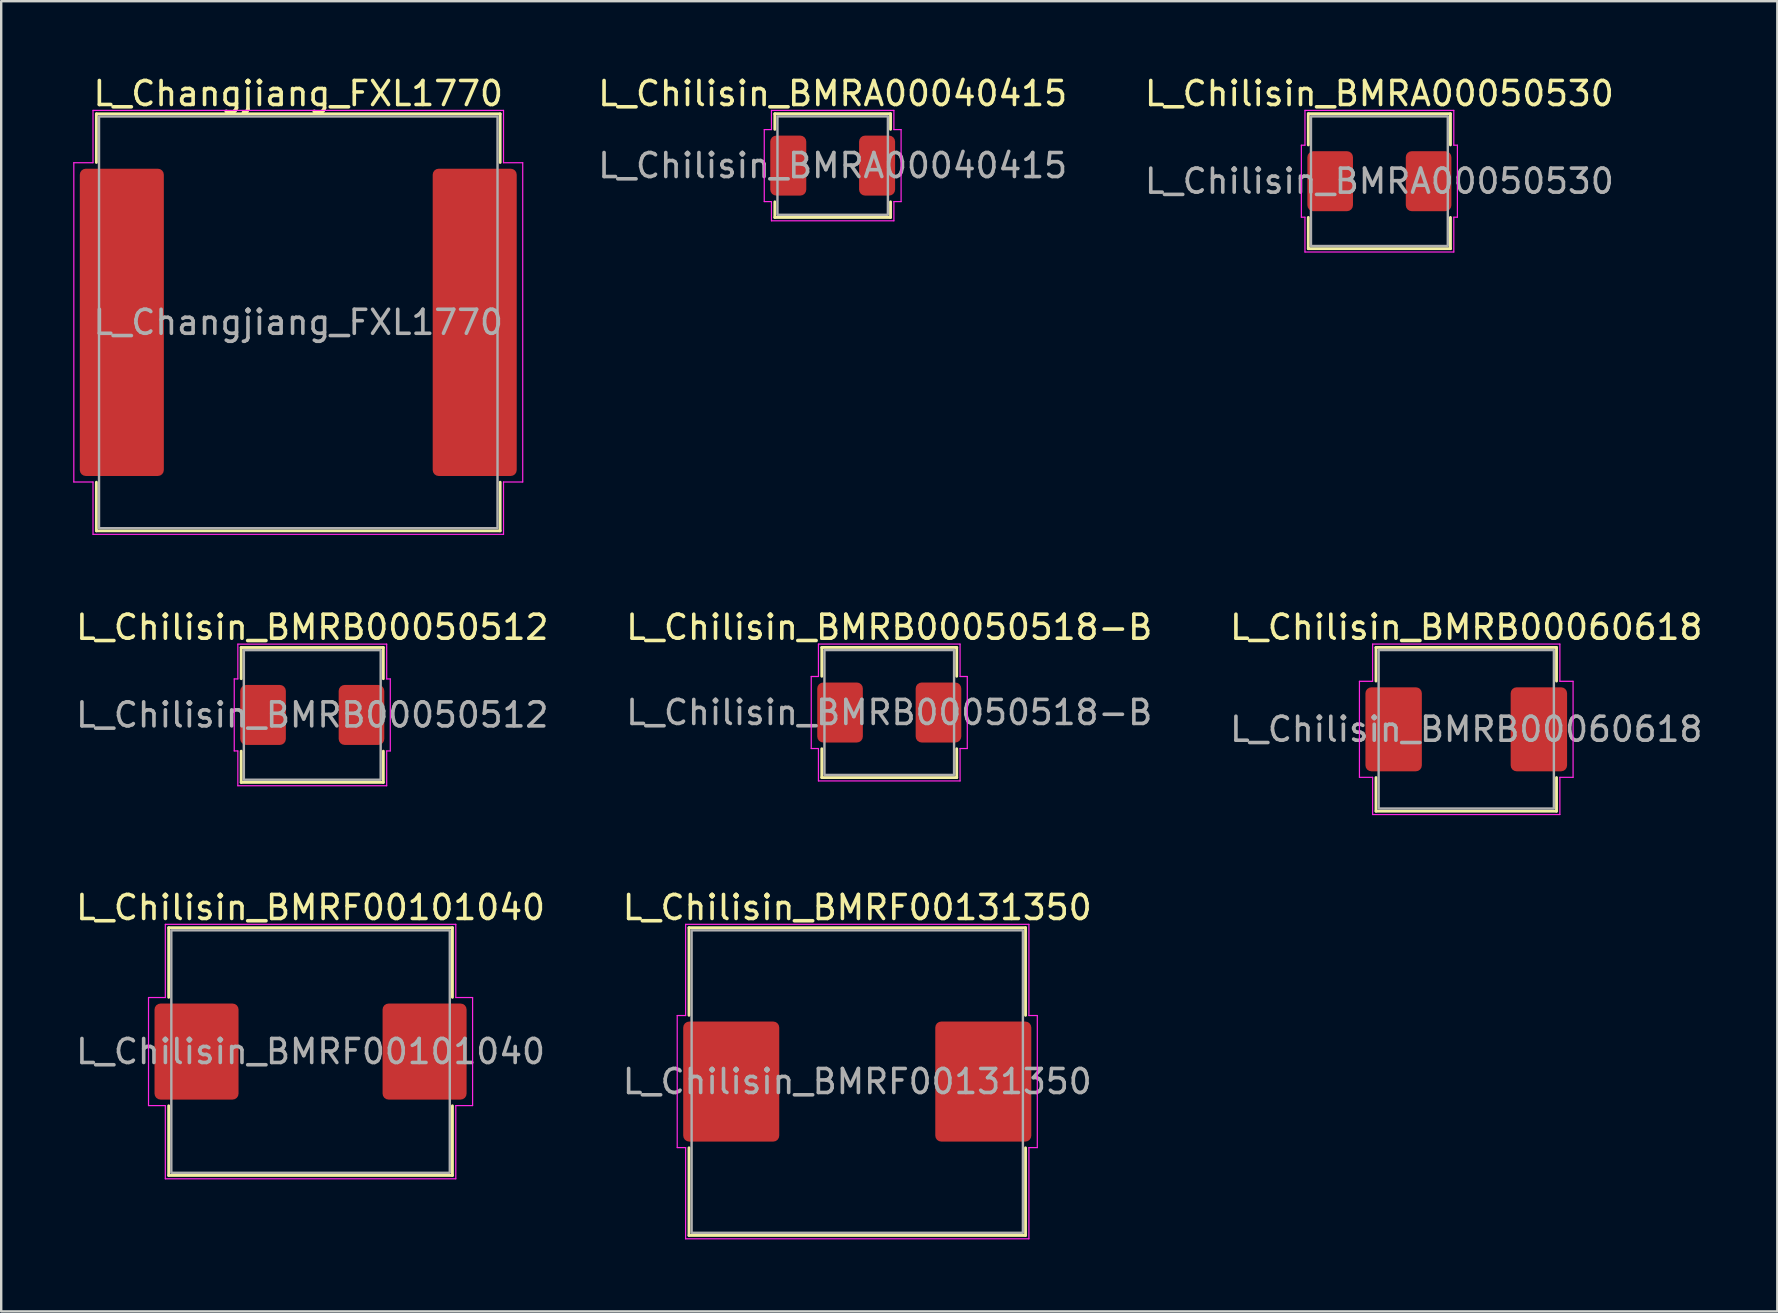
<source format=kicad_pcb>
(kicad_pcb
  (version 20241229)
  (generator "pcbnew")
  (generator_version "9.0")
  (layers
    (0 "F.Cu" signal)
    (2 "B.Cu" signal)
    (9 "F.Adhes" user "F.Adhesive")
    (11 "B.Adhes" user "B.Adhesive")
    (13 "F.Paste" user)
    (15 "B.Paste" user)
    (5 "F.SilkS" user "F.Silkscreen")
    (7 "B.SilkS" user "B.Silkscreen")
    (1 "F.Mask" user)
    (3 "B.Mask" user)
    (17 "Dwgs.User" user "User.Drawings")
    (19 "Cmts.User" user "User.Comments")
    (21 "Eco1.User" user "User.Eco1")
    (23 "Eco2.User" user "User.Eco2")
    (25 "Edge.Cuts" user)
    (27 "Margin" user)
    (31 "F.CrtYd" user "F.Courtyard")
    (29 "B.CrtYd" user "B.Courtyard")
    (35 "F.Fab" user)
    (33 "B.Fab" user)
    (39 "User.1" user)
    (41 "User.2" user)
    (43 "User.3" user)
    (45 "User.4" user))
  (footprint "L_Chilisin_BMRB00060618"
    (layer "F.Cu")
    (at 58.03 27.331)
    (property "Reference" "L_Chilisin_BMRB00060618" (at 0 -4.25 0) (layer "F.SilkS") (effects (font (size 1 1) (thickness 0.15))))
    (attr smd)
    (fp_line (start -3.76 -3.41) (end 3.76 -3.41) (stroke (width 0.12) (type solid)) (layer "F.SilkS"))
    (fp_line (start -3.76 -2.01) (end -3.76 -3.41) (stroke (width 0.12) (type solid)) (layer "F.SilkS"))
    (fp_line (start -3.76 3.41) (end -3.76 2.01) (stroke (width 0.12) (type solid)) (layer "F.SilkS"))
    (fp_line (start 3.76 -3.41) (end 3.76 -2.01) (stroke (width 0.12) (type solid)) (layer "F.SilkS"))
    (fp_line (start 3.76 2.01) (end 3.76 3.41) (stroke (width 0.12) (type solid)) (layer "F.SilkS"))
    (fp_line (start 3.76 3.41) (end -3.76 3.41) (stroke (width 0.12) (type solid)) (layer "F.SilkS"))
    (fp_line (start -4.45 -2) (end -3.9 -2) (stroke (width 0.05) (type solid)) (layer "F.CrtYd"))
    (fp_line (start -4.45 2) (end -4.45 -2) (stroke (width 0.05) (type solid)) (layer "F.CrtYd"))
    (fp_line (start -3.9 -3.55) (end 3.9 -3.55) (stroke (width 0.05) (type solid)) (layer "F.CrtYd"))
    (fp_line (start -3.9 -2) (end -3.9 -3.55) (stroke (width 0.05) (type solid)) (layer "F.CrtYd"))
    (fp_line (start -3.9 2) (end -4.45 2) (stroke (width 0.05) (type solid)) (layer "F.CrtYd"))
    (fp_line (start -3.9 3.55) (end -3.9 2) (stroke (width 0.05) (type solid)) (layer "F.CrtYd"))
    (fp_line (start 3.9 -3.55) (end 3.9 -2) (stroke (width 0.05) (type solid)) (layer "F.CrtYd"))
    (fp_line (start 3.9 -2) (end 4.45 -2) (stroke (width 0.05) (type solid)) (layer "F.CrtYd"))
    (fp_line (start 3.9 2) (end 3.9 3.55) (stroke (width 0.05) (type solid)) (layer "F.CrtYd"))
    (fp_line (start 3.9 3.55) (end -3.9 3.55) (stroke (width 0.05) (type solid)) (layer "F.CrtYd"))
    (fp_line (start 4.45 -2) (end 4.45 2) (stroke (width 0.05) (type solid)) (layer "F.CrtYd"))
    (fp_line (start 4.45 2) (end 3.9 2) (stroke (width 0.05) (type solid)) (layer "F.CrtYd"))
    (fp_rect (start -3.65 -3.3) (end 3.65 3.3) (stroke (width 0.1) (type solid)) (fill no) (layer "F.Fab"))
    (fp_text user "${REFERENCE}" (at 0 0 0) (layer "F.Fab") (effects (font (size 1 1) (thickness 0.15))))
    (pad "1" smd roundrect (at -3.025 0) (size 2.35 3.5) (layers "F.Cu" "F.Mask" "F.Paste") (roundrect_rratio 0.106))
    (pad "2" smd roundrect (at 3.025 0) (size 2.35 3.5) (layers "F.Cu" "F.Mask" "F.Paste") (roundrect_rratio 0.106)))
  (footprint "L_Chilisin_BMRF00101040"
    (layer "F.Cu")
    (at 9.887 40.755)
    (property "Reference" "L_Chilisin_BMRF00101040" (at 0 -6 0) (layer "F.SilkS") (effects (font (size 1 1) (thickness 0.15))))
    (attr smd)
    (fp_line (start -5.91 -5.16) (end 5.91 -5.16) (stroke (width 0.12) (type solid)) (layer "F.SilkS"))
    (fp_line (start -5.91 -2.26) (end -5.91 -5.16) (stroke (width 0.12) (type solid)) (layer "F.SilkS"))
    (fp_line (start -5.91 5.16) (end -5.91 2.26) (stroke (width 0.12) (type solid)) (layer "F.SilkS"))
    (fp_line (start 5.91 -5.16) (end 5.91 -2.26) (stroke (width 0.12) (type solid)) (layer "F.SilkS"))
    (fp_line (start 5.91 2.26) (end 5.91 5.16) (stroke (width 0.12) (type solid)) (layer "F.SilkS"))
    (fp_line (start 5.91 5.16) (end -5.91 5.16) (stroke (width 0.12) (type solid)) (layer "F.SilkS"))
    (fp_line (start -6.75 -2.25) (end -6.05 -2.25) (stroke (width 0.05) (type solid)) (layer "F.CrtYd"))
    (fp_line (start -6.75 2.25) (end -6.75 -2.25) (stroke (width 0.05) (type solid)) (layer "F.CrtYd"))
    (fp_line (start -6.05 -5.3) (end 6.05 -5.3) (stroke (width 0.05) (type solid)) (layer "F.CrtYd"))
    (fp_line (start -6.05 -2.25) (end -6.05 -5.3) (stroke (width 0.05) (type solid)) (layer "F.CrtYd"))
    (fp_line (start -6.05 2.25) (end -6.75 2.25) (stroke (width 0.05) (type solid)) (layer "F.CrtYd"))
    (fp_line (start -6.05 5.3) (end -6.05 2.25) (stroke (width 0.05) (type solid)) (layer "F.CrtYd"))
    (fp_line (start 6.05 -5.3) (end 6.05 -2.25) (stroke (width 0.05) (type solid)) (layer "F.CrtYd"))
    (fp_line (start 6.05 -2.25) (end 6.75 -2.25) (stroke (width 0.05) (type solid)) (layer "F.CrtYd"))
    (fp_line (start 6.05 2.25) (end 6.05 5.3) (stroke (width 0.05) (type solid)) (layer "F.CrtYd"))
    (fp_line (start 6.05 5.3) (end -6.05 5.3) (stroke (width 0.05) (type solid)) (layer "F.CrtYd"))
    (fp_line (start 6.75 -2.25) (end 6.75 2.25) (stroke (width 0.05) (type solid)) (layer "F.CrtYd"))
    (fp_line (start 6.75 2.25) (end 6.05 2.25) (stroke (width 0.05) (type solid)) (layer "F.CrtYd"))
    (fp_rect (start -5.8 -5.05) (end 5.8 5.05) (stroke (width 0.1) (type solid)) (fill no) (layer "F.Fab"))
    (fp_text user "${REFERENCE}" (at 0 0 0) (layer "F.Fab") (effects (font (size 1 1) (thickness 0.15))))
    (pad "1" smd roundrect (at -4.75 0) (size 3.5 4) (layers "F.Cu" "F.Mask" "F.Paste") (roundrect_rratio 0.071))
    (pad "2" smd roundrect (at 4.75 0) (size 3.5 4) (layers "F.Cu" "F.Mask" "F.Paste") (roundrect_rratio 0.071)))
  (footprint "L_Chilisin_BMRA00040415"
    (layer "F.Cu")
    (at 31.637 3.848)
    (property "Reference" "L_Chilisin_BMRA00040415" (at 0 -3 0) (layer "F.SilkS") (effects (font (size 1 1) (thickness 0.15))))
    (attr smd)
    (fp_line (start -2.41 -2.16) (end 2.41 -2.16) (stroke (width 0.12) (type solid)) (layer "F.SilkS"))
    (fp_line (start -2.41 -1.51) (end -2.41 -2.16) (stroke (width 0.12) (type solid)) (layer "F.SilkS"))
    (fp_line (start -2.41 2.16) (end -2.41 1.51) (stroke (width 0.12) (type solid)) (layer "F.SilkS"))
    (fp_line (start 2.41 -2.16) (end 2.41 -1.51) (stroke (width 0.12) (type solid)) (layer "F.SilkS"))
    (fp_line (start 2.41 1.51) (end 2.41 2.16) (stroke (width 0.12) (type solid)) (layer "F.SilkS"))
    (fp_line (start 2.41 2.16) (end -2.41 2.16) (stroke (width 0.12) (type solid)) (layer "F.SilkS"))
    (fp_line (start -2.85 -1.5) (end -2.55 -1.5) (stroke (width 0.05) (type solid)) (layer "F.CrtYd"))
    (fp_line (start -2.85 1.5) (end -2.85 -1.5) (stroke (width 0.05) (type solid)) (layer "F.CrtYd"))
    (fp_line (start -2.55 -2.3) (end 2.55 -2.3) (stroke (width 0.05) (type solid)) (layer "F.CrtYd"))
    (fp_line (start -2.55 -1.5) (end -2.55 -2.3) (stroke (width 0.05) (type solid)) (layer "F.CrtYd"))
    (fp_line (start -2.55 1.5) (end -2.85 1.5) (stroke (width 0.05) (type solid)) (layer "F.CrtYd"))
    (fp_line (start -2.55 2.3) (end -2.55 1.5) (stroke (width 0.05) (type solid)) (layer "F.CrtYd"))
    (fp_line (start 2.55 -2.3) (end 2.55 -1.5) (stroke (width 0.05) (type solid)) (layer "F.CrtYd"))
    (fp_line (start 2.55 -1.5) (end 2.85 -1.5) (stroke (width 0.05) (type solid)) (layer "F.CrtYd"))
    (fp_line (start 2.55 1.5) (end 2.55 2.3) (stroke (width 0.05) (type solid)) (layer "F.CrtYd"))
    (fp_line (start 2.55 2.3) (end -2.55 2.3) (stroke (width 0.05) (type solid)) (layer "F.CrtYd"))
    (fp_line (start 2.85 -1.5) (end 2.85 1.5) (stroke (width 0.05) (type solid)) (layer "F.CrtYd"))
    (fp_line (start 2.85 1.5) (end 2.55 1.5) (stroke (width 0.05) (type solid)) (layer "F.CrtYd"))
    (fp_rect (start -2.3 -2.05) (end 2.3 2.05) (stroke (width 0.1) (type solid)) (fill no) (layer "F.Fab"))
    (fp_text user "${REFERENCE}" (at 0 0 0) (layer "F.Fab") (effects (font (size 1 1) (thickness 0.15))))
    (pad "1" smd roundrect (at -1.85 0) (size 1.5 2.5) (layers "F.Cu" "F.Mask" "F.Paste") (roundrect_rratio 0.167))
    (pad "2" smd roundrect (at 1.85 0) (size 1.5 2.5) (layers "F.Cu" "F.Mask" "F.Paste") (roundrect_rratio 0.167)))
  (footprint "L_Chilisin_BMRB00050518-B"
    (layer "F.Cu")
    (at 33.994 26.631)
    (property "Reference" "L_Chilisin_BMRB00050518-B" (at 0 -3.55 0) (layer "F.SilkS") (effects (font (size 1 1) (thickness 0.15))))
    (attr smd)
    (fp_line (start -2.81 -2.71) (end 2.81 -2.71) (stroke (width 0.12) (type solid)) (layer "F.SilkS"))
    (fp_line (start -2.81 -1.51) (end -2.81 -2.71) (stroke (width 0.12) (type solid)) (layer "F.SilkS"))
    (fp_line (start -2.81 2.71) (end -2.81 1.51) (stroke (width 0.12) (type solid)) (layer "F.SilkS"))
    (fp_line (start 2.81 -2.71) (end 2.81 -1.51) (stroke (width 0.12) (type solid)) (layer "F.SilkS"))
    (fp_line (start 2.81 1.51) (end 2.81 2.71) (stroke (width 0.12) (type solid)) (layer "F.SilkS"))
    (fp_line (start 2.81 2.71) (end -2.81 2.71) (stroke (width 0.12) (type solid)) (layer "F.SilkS"))
    (fp_line (start -3.25 -1.5) (end -2.95 -1.5) (stroke (width 0.05) (type solid)) (layer "F.CrtYd"))
    (fp_line (start -3.25 1.5) (end -3.25 -1.5) (stroke (width 0.05) (type solid)) (layer "F.CrtYd"))
    (fp_line (start -2.95 -2.85) (end 2.95 -2.85) (stroke (width 0.05) (type solid)) (layer "F.CrtYd"))
    (fp_line (start -2.95 -1.5) (end -2.95 -2.85) (stroke (width 0.05) (type solid)) (layer "F.CrtYd"))
    (fp_line (start -2.95 1.5) (end -3.25 1.5) (stroke (width 0.05) (type solid)) (layer "F.CrtYd"))
    (fp_line (start -2.95 2.85) (end -2.95 1.5) (stroke (width 0.05) (type solid)) (layer "F.CrtYd"))
    (fp_line (start 2.95 -2.85) (end 2.95 -1.5) (stroke (width 0.05) (type solid)) (layer "F.CrtYd"))
    (fp_line (start 2.95 -1.5) (end 3.25 -1.5) (stroke (width 0.05) (type solid)) (layer "F.CrtYd"))
    (fp_line (start 2.95 1.5) (end 2.95 2.85) (stroke (width 0.05) (type solid)) (layer "F.CrtYd"))
    (fp_line (start 2.95 2.85) (end -2.95 2.85) (stroke (width 0.05) (type solid)) (layer "F.CrtYd"))
    (fp_line (start 3.25 -1.5) (end 3.25 1.5) (stroke (width 0.05) (type solid)) (layer "F.CrtYd"))
    (fp_line (start 3.25 1.5) (end 2.95 1.5) (stroke (width 0.05) (type solid)) (layer "F.CrtYd"))
    (fp_rect (start -2.7 -2.6) (end 2.7 2.6) (stroke (width 0.1) (type solid)) (fill no) (layer "F.Fab"))
    (fp_text user "${REFERENCE}" (at 0 0 0) (layer "F.Fab") (effects (font (size 1 1) (thickness 0.15))))
    (pad "1" smd roundrect (at -2.05 0) (size 1.9 2.5) (layers "F.Cu" "F.Mask" "F.Paste") (roundrect_rratio 0.132))
    (pad "2" smd roundrect (at 2.05 0) (size 1.9 2.5) (layers "F.Cu" "F.Mask" "F.Paste") (roundrect_rratio 0.132)))
  (footprint "L_Chilisin_BMRF00131350"
    (layer "F.Cu")
    (at 32.661 42.005)
    (property "Reference" "L_Chilisin_BMRF00131350" (at 0 -7.25 0) (layer "F.SilkS") (effects (font (size 1 1) (thickness 0.15))))
    (attr smd)
    (fp_line (start -7.01 -6.41) (end 7.01 -6.41) (stroke (width 0.12) (type solid)) (layer "F.SilkS"))
    (fp_line (start -7.01 -2.76) (end -7.01 -6.41) (stroke (width 0.12) (type solid)) (layer "F.SilkS"))
    (fp_line (start -7.01 6.41) (end -7.01 2.76) (stroke (width 0.12) (type solid)) (layer "F.SilkS"))
    (fp_line (start 7.01 -6.41) (end 7.01 -2.76) (stroke (width 0.12) (type solid)) (layer "F.SilkS"))
    (fp_line (start 7.01 2.76) (end 7.01 6.41) (stroke (width 0.12) (type solid)) (layer "F.SilkS"))
    (fp_line (start 7.01 6.41) (end -7.01 6.41) (stroke (width 0.12) (type solid)) (layer "F.SilkS"))
    (fp_line (start -7.5 -2.75) (end -7.15 -2.75) (stroke (width 0.05) (type solid)) (layer "F.CrtYd"))
    (fp_line (start -7.5 2.75) (end -7.5 -2.75) (stroke (width 0.05) (type solid)) (layer "F.CrtYd"))
    (fp_line (start -7.15 -6.55) (end 7.15 -6.55) (stroke (width 0.05) (type solid)) (layer "F.CrtYd"))
    (fp_line (start -7.15 -2.75) (end -7.15 -6.55) (stroke (width 0.05) (type solid)) (layer "F.CrtYd"))
    (fp_line (start -7.15 2.75) (end -7.5 2.75) (stroke (width 0.05) (type solid)) (layer "F.CrtYd"))
    (fp_line (start -7.15 6.55) (end -7.15 2.75) (stroke (width 0.05) (type solid)) (layer "F.CrtYd"))
    (fp_line (start 7.15 -6.55) (end 7.15 -2.75) (stroke (width 0.05) (type solid)) (layer "F.CrtYd"))
    (fp_line (start 7.15 -2.75) (end 7.5 -2.75) (stroke (width 0.05) (type solid)) (layer "F.CrtYd"))
    (fp_line (start 7.15 2.75) (end 7.15 6.55) (stroke (width 0.05) (type solid)) (layer "F.CrtYd"))
    (fp_line (start 7.15 6.55) (end -7.15 6.55) (stroke (width 0.05) (type solid)) (layer "F.CrtYd"))
    (fp_line (start 7.5 -2.75) (end 7.5 2.75) (stroke (width 0.05) (type solid)) (layer "F.CrtYd"))
    (fp_line (start 7.5 2.75) (end 7.15 2.75) (stroke (width 0.05) (type solid)) (layer "F.CrtYd"))
    (fp_rect (start -6.9 -6.3) (end 6.9 6.3) (stroke (width 0.1) (type solid)) (fill no) (layer "F.Fab"))
    (fp_text user "${REFERENCE}" (at 0 0 0) (layer "F.Fab") (effects (font (size 1 1) (thickness 0.15))))
    (pad "1" smd roundrect (at -5.25 0) (size 4 5) (layers "F.Cu" "F.Mask" "F.Paste") (roundrect_rratio 0.062))
    (pad "2" smd roundrect (at 5.25 0) (size 4 5) (layers "F.Cu" "F.Mask" "F.Paste") (roundrect_rratio 0.062)))
  (footprint "L_Changjiang_FXL1770"
    (layer "F.Cu")
    (at 9.375 10.378)
    (property "Reference" "L_Changjiang_FXL1770" (at 0 -9.53 0) (layer "F.SilkS") (effects (font (size 1 1) (thickness 0.15))))
    (attr smd)
    (fp_line (start -8.41 -8.685) (end 8.41 -8.685) (stroke (width 0.12) (type solid)) (layer "F.SilkS"))
    (fp_line (start -8.41 -6.66) (end -8.41 -8.685) (stroke (width 0.12) (type solid)) (layer "F.SilkS"))
    (fp_line (start -8.41 8.685) (end -8.41 6.66) (stroke (width 0.12) (type solid)) (layer "F.SilkS"))
    (fp_line (start 8.41 -8.685) (end 8.41 -6.66) (stroke (width 0.12) (type solid)) (layer "F.SilkS"))
    (fp_line (start 8.41 6.66) (end 8.41 8.685) (stroke (width 0.12) (type solid)) (layer "F.SilkS"))
    (fp_line (start 8.41 8.685) (end -8.41 8.685) (stroke (width 0.12) (type solid)) (layer "F.SilkS"))
    (fp_line (start -9.35 -6.65) (end -8.55 -6.65) (stroke (width 0.05) (type solid)) (layer "F.CrtYd"))
    (fp_line (start -9.35 6.65) (end -9.35 -6.65) (stroke (width 0.05) (type solid)) (layer "F.CrtYd"))
    (fp_line (start -8.55 -8.83) (end 8.55 -8.83) (stroke (width 0.05) (type solid)) (layer "F.CrtYd"))
    (fp_line (start -8.55 -6.65) (end -8.55 -8.83) (stroke (width 0.05) (type solid)) (layer "F.CrtYd"))
    (fp_line (start -8.55 6.65) (end -9.35 6.65) (stroke (width 0.05) (type solid)) (layer "F.CrtYd"))
    (fp_line (start -8.55 8.83) (end -8.55 6.65) (stroke (width 0.05) (type solid)) (layer "F.CrtYd"))
    (fp_line (start 8.55 -8.83) (end 8.55 -6.65) (stroke (width 0.05) (type solid)) (layer "F.CrtYd"))
    (fp_line (start 8.55 -6.65) (end 9.35 -6.65) (stroke (width 0.05) (type solid)) (layer "F.CrtYd"))
    (fp_line (start 8.55 6.65) (end 8.55 8.83) (stroke (width 0.05) (type solid)) (layer "F.CrtYd"))
    (fp_line (start 8.55 8.83) (end -8.55 8.83) (stroke (width 0.05) (type solid)) (layer "F.CrtYd"))
    (fp_line (start 9.35 -6.65) (end 9.35 6.65) (stroke (width 0.05) (type solid)) (layer "F.CrtYd"))
    (fp_line (start 9.35 6.65) (end 8.55 6.65) (stroke (width 0.05) (type solid)) (layer "F.CrtYd"))
    (fp_rect (start -8.3 -8.575) (end 8.3 8.575) (stroke (width 0.1) (type solid)) (fill no) (layer "F.Fab"))
    (fp_text user "${REFERENCE}" (at 0 0 0) (layer "F.Fab") (effects (font (size 1 1) (thickness 0.15))))
    (pad "1" smd roundrect (at -7.35 0) (size 3.5 12.8) (layers "F.Cu" "F.Mask" "F.Paste") (roundrect_rratio 0.071))
    (pad "2" smd roundrect (at 7.35 0) (size 3.5 12.8) (layers "F.Cu" "F.Mask" "F.Paste") (roundrect_rratio 0.071)))
  (footprint "L_Chilisin_BMRB00050512"
    (layer "F.Cu")
    (at 9.958 26.732)
    (property "Reference" "L_Chilisin_BMRB00050512" (at 0 -3.65 0) (layer "F.SilkS") (effects (font (size 1 1) (thickness 0.15))))
    (attr smd)
    (fp_line (start -2.96 -2.81) (end 2.96 -2.81) (stroke (width 0.12) (type solid)) (layer "F.SilkS"))
    (fp_line (start -2.96 -1.51) (end -2.96 -2.81) (stroke (width 0.12) (type solid)) (layer "F.SilkS"))
    (fp_line (start -2.96 2.81) (end -2.96 1.51) (stroke (width 0.12) (type solid)) (layer "F.SilkS"))
    (fp_line (start 2.96 -2.81) (end 2.96 -1.51) (stroke (width 0.12) (type solid)) (layer "F.SilkS"))
    (fp_line (start 2.96 1.51) (end 2.96 2.81) (stroke (width 0.12) (type solid)) (layer "F.SilkS"))
    (fp_line (start 2.96 2.81) (end -2.96 2.81) (stroke (width 0.12) (type solid)) (layer "F.SilkS"))
    (fp_line (start -3.25 -1.5) (end -3.1 -1.5) (stroke (width 0.05) (type solid)) (layer "F.CrtYd"))
    (fp_line (start -3.25 1.5) (end -3.25 -1.5) (stroke (width 0.05) (type solid)) (layer "F.CrtYd"))
    (fp_line (start -3.1 -2.95) (end 3.1 -2.95) (stroke (width 0.05) (type solid)) (layer "F.CrtYd"))
    (fp_line (start -3.1 -1.5) (end -3.1 -2.95) (stroke (width 0.05) (type solid)) (layer "F.CrtYd"))
    (fp_line (start -3.1 1.5) (end -3.25 1.5) (stroke (width 0.05) (type solid)) (layer "F.CrtYd"))
    (fp_line (start -3.1 2.95) (end -3.1 1.5) (stroke (width 0.05) (type solid)) (layer "F.CrtYd"))
    (fp_line (start 3.1 -2.95) (end 3.1 -1.5) (stroke (width 0.05) (type solid)) (layer "F.CrtYd"))
    (fp_line (start 3.1 -1.5) (end 3.25 -1.5) (stroke (width 0.05) (type solid)) (layer "F.CrtYd"))
    (fp_line (start 3.1 1.5) (end 3.1 2.95) (stroke (width 0.05) (type solid)) (layer "F.CrtYd"))
    (fp_line (start 3.1 2.95) (end -3.1 2.95) (stroke (width 0.05) (type solid)) (layer "F.CrtYd"))
    (fp_line (start 3.25 -1.5) (end 3.25 1.5) (stroke (width 0.05) (type solid)) (layer "F.CrtYd"))
    (fp_line (start 3.25 1.5) (end 3.1 1.5) (stroke (width 0.05) (type solid)) (layer "F.CrtYd"))
    (fp_rect (start -2.85 -2.7) (end 2.85 2.7) (stroke (width 0.1) (type solid)) (fill no) (layer "F.Fab"))
    (fp_text user "${REFERENCE}" (at 0 0 0) (layer "F.Fab") (effects (font (size 1 1) (thickness 0.15))))
    (pad "1" smd roundrect (at -2.05 0) (size 1.9 2.5) (layers "F.Cu" "F.Mask" "F.Paste") (roundrect_rratio 0.132))
    (pad "2" smd roundrect (at 2.05 0) (size 1.9 2.5) (layers "F.Cu" "F.Mask" "F.Paste") (roundrect_rratio 0.132)))
  (footprint "L_Chilisin_BMRA00050530"
    (layer "F.Cu")
    (at 54.411 4.498)
    (property "Reference" "L_Chilisin_BMRA00050530" (at 0 -3.65 0) (layer "F.SilkS") (effects (font (size 1 1) (thickness 0.15))))
    (attr smd)
    (fp_line (start -2.96 -2.81) (end 2.96 -2.81) (stroke (width 0.12) (type solid)) (layer "F.SilkS"))
    (fp_line (start -2.96 -1.51) (end -2.96 -2.81) (stroke (width 0.12) (type solid)) (layer "F.SilkS"))
    (fp_line (start -2.96 2.81) (end -2.96 1.51) (stroke (width 0.12) (type solid)) (layer "F.SilkS"))
    (fp_line (start 2.96 -2.81) (end 2.96 -1.51) (stroke (width 0.12) (type solid)) (layer "F.SilkS"))
    (fp_line (start 2.96 1.51) (end 2.96 2.81) (stroke (width 0.12) (type solid)) (layer "F.SilkS"))
    (fp_line (start 2.96 2.81) (end -2.96 2.81) (stroke (width 0.12) (type solid)) (layer "F.SilkS"))
    (fp_line (start -3.25 -1.5) (end -3.1 -1.5) (stroke (width 0.05) (type solid)) (layer "F.CrtYd"))
    (fp_line (start -3.25 1.5) (end -3.25 -1.5) (stroke (width 0.05) (type solid)) (layer "F.CrtYd"))
    (fp_line (start -3.1 -2.95) (end 3.1 -2.95) (stroke (width 0.05) (type solid)) (layer "F.CrtYd"))
    (fp_line (start -3.1 -1.5) (end -3.1 -2.95) (stroke (width 0.05) (type solid)) (layer "F.CrtYd"))
    (fp_line (start -3.1 1.5) (end -3.25 1.5) (stroke (width 0.05) (type solid)) (layer "F.CrtYd"))
    (fp_line (start -3.1 2.95) (end -3.1 1.5) (stroke (width 0.05) (type solid)) (layer "F.CrtYd"))
    (fp_line (start 3.1 -2.95) (end 3.1 -1.5) (stroke (width 0.05) (type solid)) (layer "F.CrtYd"))
    (fp_line (start 3.1 -1.5) (end 3.25 -1.5) (stroke (width 0.05) (type solid)) (layer "F.CrtYd"))
    (fp_line (start 3.1 1.5) (end 3.1 2.95) (stroke (width 0.05) (type solid)) (layer "F.CrtYd"))
    (fp_line (start 3.1 2.95) (end -3.1 2.95) (stroke (width 0.05) (type solid)) (layer "F.CrtYd"))
    (fp_line (start 3.25 -1.5) (end 3.25 1.5) (stroke (width 0.05) (type solid)) (layer "F.CrtYd"))
    (fp_line (start 3.25 1.5) (end 3.1 1.5) (stroke (width 0.05) (type solid)) (layer "F.CrtYd"))
    (fp_rect (start -2.85 -2.7) (end 2.85 2.7) (stroke (width 0.1) (type solid)) (fill no) (layer "F.Fab"))
    (fp_text user "${REFERENCE}" (at 0 0 0) (layer "F.Fab") (effects (font (size 1 1) (thickness 0.15))))
    (pad "1" smd roundrect (at -2.05 0) (size 1.9 2.5) (layers "F.Cu" "F.Mask" "F.Paste") (roundrect_rratio 0.132))
    (pad "2" smd roundrect (at 2.05 0) (size 1.9 2.5) (layers "F.Cu" "F.Mask" "F.Paste") (roundrect_rratio 0.132)))
  (gr_rect
    (start -3 -3)
    (end 70.988 51.58)
    (stroke (width 0.1) (type default))
    (fill no)
    (layer "Edge.Cuts")))
</source>
